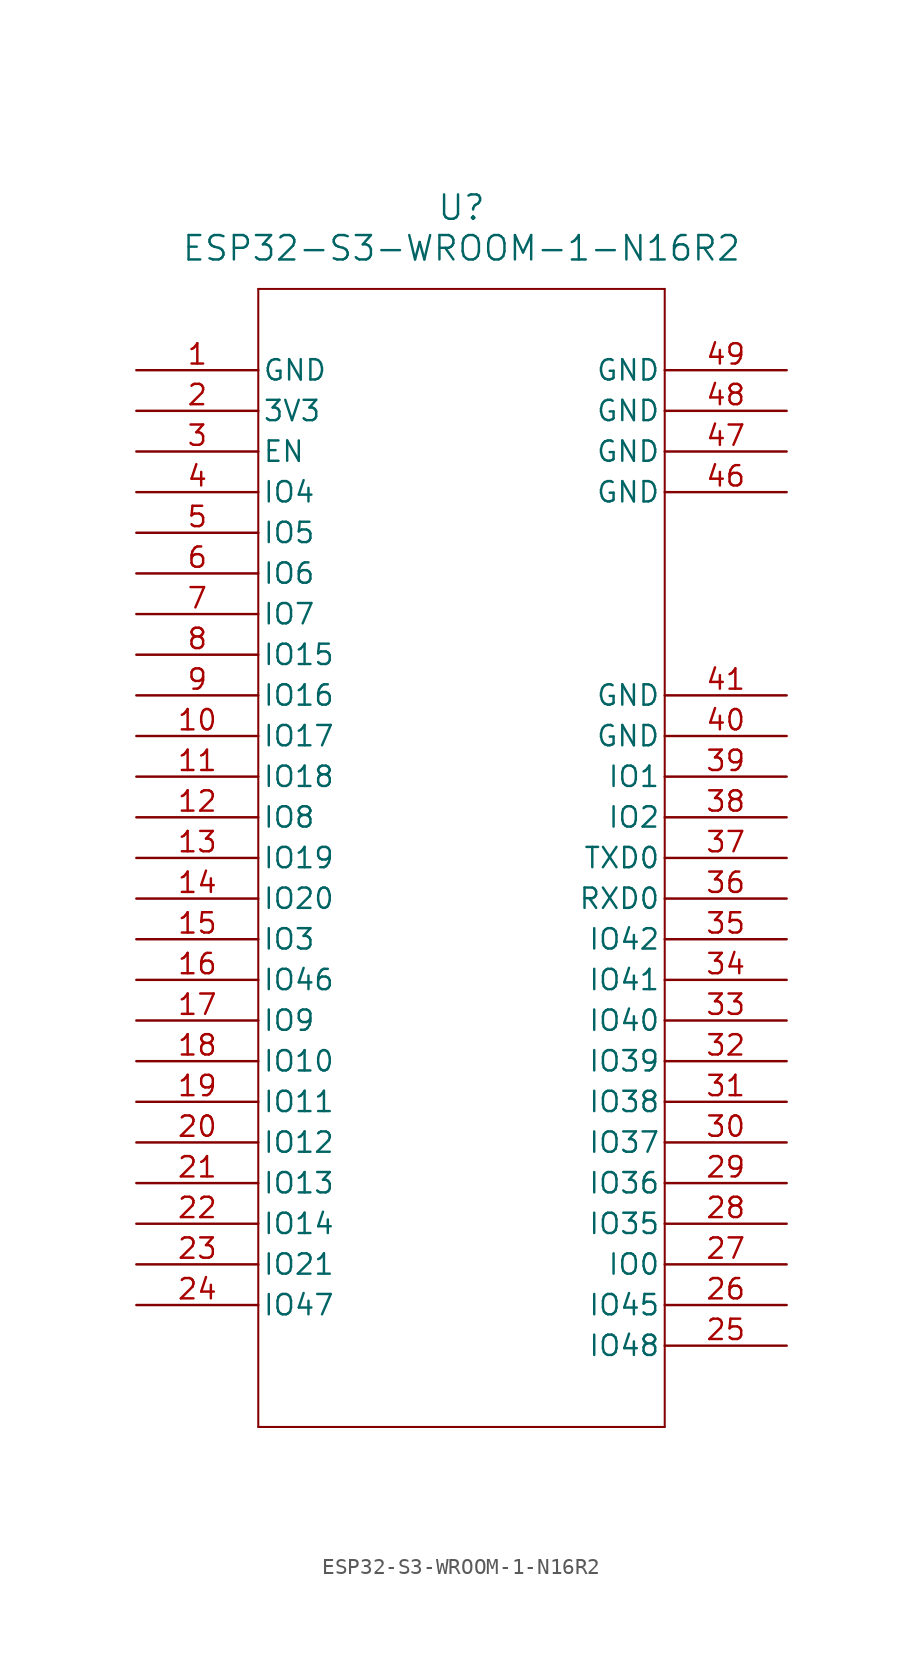
<source format=kicad_sym>
(kicad_symbol_lib
  (version 20211014)
  (generator kicad_symbol_editor)
  (symbol "ESP32-S3-WROOM-1-N16R2"
    (pin_names
      (offset 0.254))
    (property "Reference" "U"
      (at 20.32 10.16 0)
      (effects (font (size 1.524 1.524))))
    (property "Value" "ESP32-S3-WROOM-1-N16R2"
      (at 20.32 7.62 0)
      (effects (font (size 1.524 1.524))))
    (symbol "ESP32-S3-WROOM-1-N16R2_0_1"
      (polyline (pts (xy 7.62 5.08) (xy 7.62 -66.04)) (stroke (width 0.127) (type default) (color 0 0 0 0)) (fill (type none)))
      (polyline (pts (xy 7.62 -66.04) (xy 33.02 -66.04)) (stroke (width 0.127) (type default) (color 0 0 0 0)) (fill (type none)))
      (polyline (pts (xy 33.02 -66.04) (xy 33.02 5.08)) (stroke (width 0.127) (type default) (color 0 0 0 0)) (fill (type none)))
      (polyline (pts (xy 33.02 5.08) (xy 7.62 5.08)) (stroke (width 0.127) (type default) (color 0 0 0 0)) (fill (type none)))
      (pin power_out line (at 0 0 0) (length 7.62) (name "GND" (effects (font (size 1.27 1.27)))) (number "1" (effects (font (size 1.27 1.27)))))
      (pin power_in line (at 0 -2.54 0) (length 7.62) (name "3V3" (effects (font (size 1.27 1.27)))) (number "2" (effects (font (size 1.27 1.27)))))
      (pin input line (at 0 -5.08 0) (length 7.62) (name "EN" (effects (font (size 1.27 1.27)))) (number "3" (effects (font (size 1.27 1.27)))))
      (pin bidirectional line (at 0 -7.62 0) (length 7.62) (name "IO4" (effects (font (size 1.27 1.27)))) (number "4" (effects (font (size 1.27 1.27)))))
      (pin bidirectional line (at 0 -10.16 0) (length 7.62) (name "IO5" (effects (font (size 1.27 1.27)))) (number "5" (effects (font (size 1.27 1.27)))))
      (pin bidirectional line (at 0 -12.7 0) (length 7.62) (name "IO6" (effects (font (size 1.27 1.27)))) (number "6" (effects (font (size 1.27 1.27)))))
      (pin bidirectional line (at 0 -15.24 0) (length 7.62) (name "IO7" (effects (font (size 1.27 1.27)))) (number "7" (effects (font (size 1.27 1.27)))))
      (pin bidirectional line (at 0 -17.78 0) (length 7.62) (name "IO15" (effects (font (size 1.27 1.27)))) (number "8" (effects (font (size 1.27 1.27)))))
      (pin bidirectional line (at 0 -20.32 0) (length 7.62) (name "IO16" (effects (font (size 1.27 1.27)))) (number "9" (effects (font (size 1.27 1.27)))))
      (pin bidirectional line (at 0 -22.86 0) (length 7.62) (name "IO17" (effects (font (size 1.27 1.27)))) (number "10" (effects (font (size 1.27 1.27)))))
      (pin bidirectional line (at 0 -25.4 0) (length 7.62) (name "IO18" (effects (font (size 1.27 1.27)))) (number "11" (effects (font (size 1.27 1.27)))))
      (pin bidirectional line (at 0 -27.94 0) (length 7.62) (name "IO8" (effects (font (size 1.27 1.27)))) (number "12" (effects (font (size 1.27 1.27)))))
      (pin bidirectional line (at 0 -30.48 0) (length 7.62) (name "IO19" (effects (font (size 1.27 1.27)))) (number "13" (effects (font (size 1.27 1.27)))))
      (pin bidirectional line (at 0 -33.02 0) (length 7.62) (name "IO20" (effects (font (size 1.27 1.27)))) (number "14" (effects (font (size 1.27 1.27)))))
      (pin bidirectional line (at 0 -35.56 0) (length 7.62) (name "IO3" (effects (font (size 1.27 1.27)))) (number "15" (effects (font (size 1.27 1.27)))))
      (pin bidirectional line (at 0 -38.1 0) (length 7.62) (name "IO46" (effects (font (size 1.27 1.27)))) (number "16" (effects (font (size 1.27 1.27)))))
      (pin bidirectional line (at 0 -40.64 0) (length 7.62) (name "IO9" (effects (font (size 1.27 1.27)))) (number "17" (effects (font (size 1.27 1.27)))))
      (pin bidirectional line (at 0 -43.18 0) (length 7.62) (name "IO10" (effects (font (size 1.27 1.27)))) (number "18" (effects (font (size 1.27 1.27)))))
      (pin bidirectional line (at 0 -45.72 0) (length 7.62) (name "IO11" (effects (font (size 1.27 1.27)))) (number "19" (effects (font (size 1.27 1.27)))))
      (pin bidirectional line (at 0 -48.26 0) (length 7.62) (name "IO12" (effects (font (size 1.27 1.27)))) (number "20" (effects (font (size 1.27 1.27)))))
      (pin bidirectional line (at 0 -50.8 0) (length 7.62) (name "IO13" (effects (font (size 1.27 1.27)))) (number "21" (effects (font (size 1.27 1.27)))))
      (pin bidirectional line (at 0 -53.34 0) (length 7.62) (name "IO14" (effects (font (size 1.27 1.27)))) (number "22" (effects (font (size 1.27 1.27)))))
      (pin bidirectional line (at 0 -55.88 0) (length 7.62) (name "IO21" (effects (font (size 1.27 1.27)))) (number "23" (effects (font (size 1.27 1.27)))))
      (pin bidirectional line (at 0 -58.42 0) (length 7.62) (name "IO47" (effects (font (size 1.27 1.27)))) (number "24" (effects (font (size 1.27 1.27)))))
      (pin bidirectional line (at 40.64 -60.96 180) (length 7.62) (name "IO48" (effects (font (size 1.27 1.27)))) (number "25" (effects (font (size 1.27 1.27)))))
      (pin bidirectional line (at 40.64 -58.42 180) (length 7.62) (name "IO45" (effects (font (size 1.27 1.27)))) (number "26" (effects (font (size 1.27 1.27)))))
      (pin bidirectional line (at 40.64 -55.88 180) (length 7.62) (name "IO0" (effects (font (size 1.27 1.27)))) (number "27" (effects (font (size 1.27 1.27)))))
      (pin bidirectional line (at 40.64 -53.34 180) (length 7.62) (name "IO35" (effects (font (size 1.27 1.27)))) (number "28" (effects (font (size 1.27 1.27)))))
      (pin bidirectional line (at 40.64 -50.8 180) (length 7.62) (name "IO36" (effects (font (size 1.27 1.27)))) (number "29" (effects (font (size 1.27 1.27)))))
      (pin bidirectional line (at 40.64 -48.26 180) (length 7.62) (name "IO37" (effects (font (size 1.27 1.27)))) (number "30" (effects (font (size 1.27 1.27)))))
      (pin bidirectional line (at 40.64 -45.72 180) (length 7.62) (name "IO38" (effects (font (size 1.27 1.27)))) (number "31" (effects (font (size 1.27 1.27)))))
      (pin bidirectional line (at 40.64 -43.18 180) (length 7.62) (name "IO39" (effects (font (size 1.27 1.27)))) (number "32" (effects (font (size 1.27 1.27)))))
      (pin bidirectional line (at 40.64 -40.64 180) (length 7.62) (name "IO40" (effects (font (size 1.27 1.27)))) (number "33" (effects (font (size 1.27 1.27)))))
      (pin bidirectional line (at 40.64 -38.1 180) (length 7.62) (name "IO41" (effects (font (size 1.27 1.27)))) (number "34" (effects (font (size 1.27 1.27)))))
      (pin bidirectional line (at 40.64 -35.56 180) (length 7.62) (name "IO42" (effects (font (size 1.27 1.27)))) (number "35" (effects (font (size 1.27 1.27)))))
      (pin bidirectional line (at 40.64 -33.02 180) (length 7.62) (name "RXD0" (effects (font (size 1.27 1.27)))) (number "36" (effects (font (size 1.27 1.27)))))
      (pin bidirectional line (at 40.64 -30.48 180) (length 7.62) (name "TXD0" (effects (font (size 1.27 1.27)))) (number "37" (effects (font (size 1.27 1.27)))))
      (pin bidirectional line (at 40.64 -27.94 180) (length 7.62) (name "IO2" (effects (font (size 1.27 1.27)))) (number "38" (effects (font (size 1.27 1.27)))))
      (pin bidirectional line (at 40.64 -25.4 180) (length 7.62) (name "IO1" (effects (font (size 1.27 1.27)))) (number "39" (effects (font (size 1.27 1.27)))))
      (pin power_out line (at 40.64 -22.86 180) (length 7.62) (name "GND" (effects (font (size 1.27 1.27)))) (number "40" (effects (font (size 1.27 1.27)))))
      (pin power_out line (at 40.64 -20.32 180) (length 7.62) (name "GND" (effects (font (size 1.27 1.27)))) (number "41" (effects (font (size 1.27 1.27)))))
      (pin power_out line (at 40.64 -7.62 180) (length 7.62) (name "GND" (effects (font (size 1.27 1.27)))) (number "46" (effects (font (size 1.27 1.27)))))
      (pin power_out line (at 40.64 -5.08 180) (length 7.62) (name "GND" (effects (font (size 1.27 1.27)))) (number "47" (effects (font (size 1.27 1.27)))))
      (pin power_out line (at 40.64 -2.54 180) (length 7.62) (name "GND" (effects (font (size 1.27 1.27)))) (number "48" (effects (font (size 1.27 1.27)))))
      (pin power_out line (at 40.64 0 180) (length 7.62) (name "GND" (effects (font (size 1.27 1.27)))) (number "49" (effects (font (size 1.27 1.27))))))))
</source>
